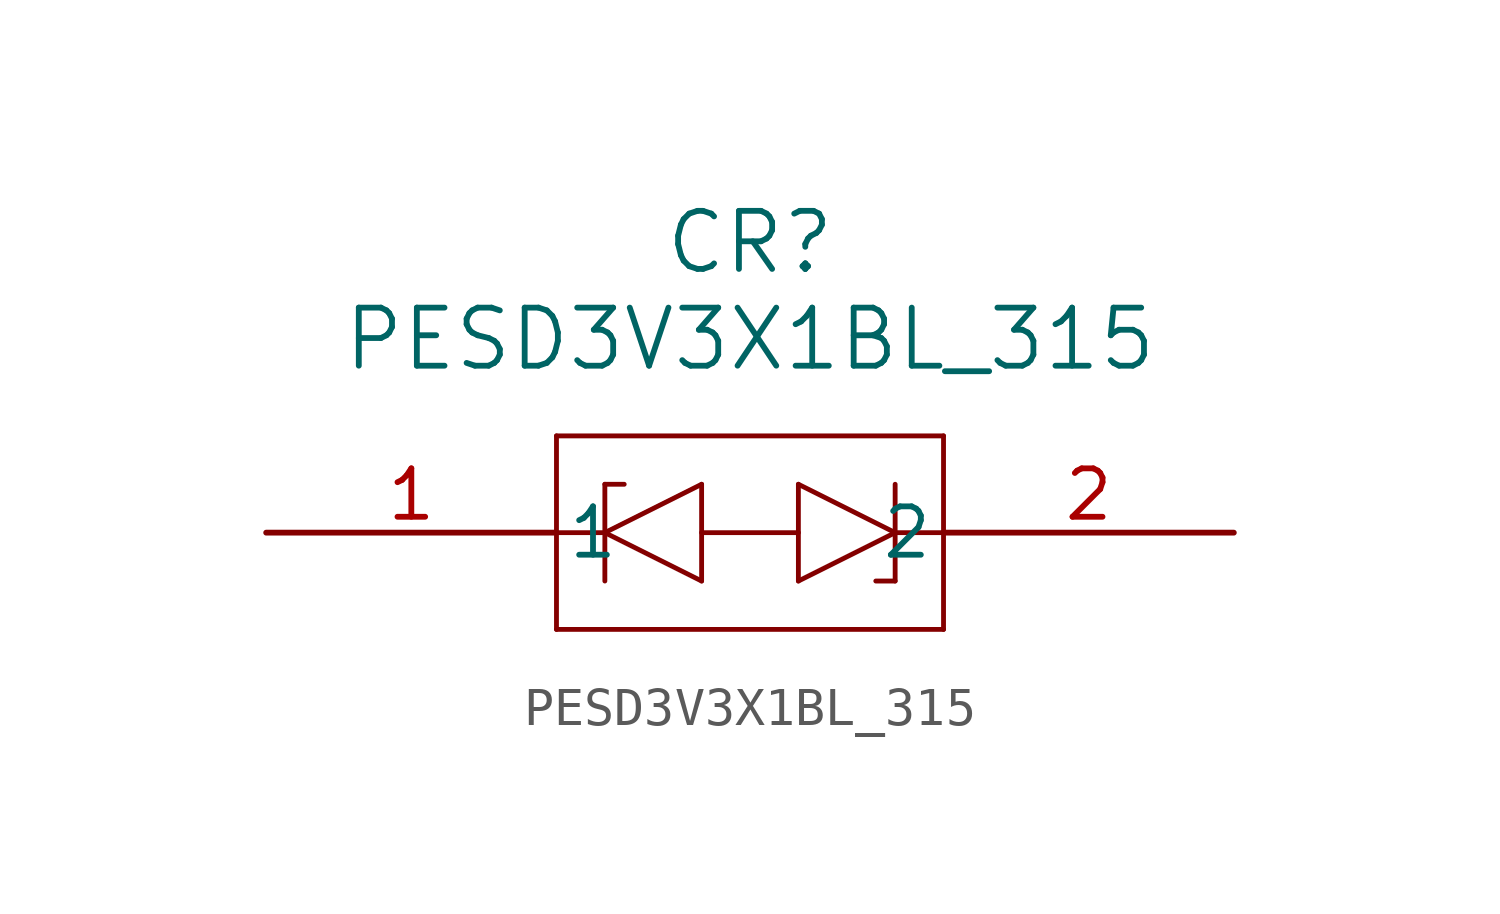
<source format=kicad_sym>
(kicad_symbol_lib
  (version 20211014)
  (generator kicad_symbol_editor)
  (symbol "PESD3V3X1BL_315"
    (pin_names
      (offset 0.254))
    (property "Reference" "CR"
      (at 12.7 7.62 0)
      (effects (font (size 1.524 1.524))))
    (property "Value" "PESD3V3X1BL_315"
      (at 12.7 5.08 0)
      (effects (font (size 1.524 1.524))))
    (symbol "PESD3V3X1BL_315_0_1"
      (polyline (pts (xy 7.62 2.54) (xy 7.62 -2.54)) (stroke (width 0.127) (type default) (color 0 0 0 0)) (fill (type none)))
      (polyline (pts (xy 7.62 -2.54) (xy 17.78 -2.54)) (stroke (width 0.127) (type default) (color 0 0 0 0)) (fill (type none)))
      (polyline (pts (xy 17.78 -2.54) (xy 17.78 2.54)) (stroke (width 0.127) (type default) (color 0 0 0 0)) (fill (type none)))
      (polyline (pts (xy 17.78 2.54) (xy 7.62 2.54)) (stroke (width 0.127) (type default) (color 0 0 0 0)) (fill (type none)))
      (polyline (pts (xy 16.51 -1.27) (xy 16.51 1.27)) (stroke (width 0.127) (type default) (color 0 0 0 0)) (fill (type none)))
      (polyline (pts (xy 16.51 0) (xy 13.97 1.27)) (stroke (width 0.127) (type default) (color 0 0 0 0)) (fill (type none)))
      (polyline (pts (xy 13.97 1.27) (xy 13.97 -1.27)) (stroke (width 0.127) (type default) (color 0 0 0 0)) (fill (type none)))
      (polyline (pts (xy 13.97 -1.27) (xy 16.51 0)) (stroke (width 0.127) (type default) (color 0 0 0 0)) (fill (type none)))
      (polyline (pts (xy 16.51 -1.27) (xy 16.002 -1.27)) (stroke (width 0.127) (type default) (color 0 0 0 0)) (fill (type none)))
      (polyline (pts (xy 8.89 1.27) (xy 8.89 -1.27)) (stroke (width 0.127) (type default) (color 0 0 0 0)) (fill (type none)))
      (polyline (pts (xy 8.89 0) (xy 11.43 -1.27)) (stroke (width 0.127) (type default) (color 0 0 0 0)) (fill (type none)))
      (polyline (pts (xy 11.43 -1.27) (xy 11.43 1.27)) (stroke (width 0.127) (type default) (color 0 0 0 0)) (fill (type none)))
      (polyline (pts (xy 11.43 1.27) (xy 8.89 0)) (stroke (width 0.127) (type default) (color 0 0 0 0)) (fill (type none)))
      (polyline (pts (xy 8.89 1.27) (xy 9.398 1.27)) (stroke (width 0.127) (type default) (color 0 0 0 0)) (fill (type none)))
      (polyline (pts (xy 7.62 0) (xy 8.89 0)) (stroke (width 0.127) (type default) (color 0 0 0 0)) (fill (type none)))
      (polyline (pts (xy 13.97 0) (xy 11.43 0)) (stroke (width 0.127) (type default) (color 0 0 0 0)) (fill (type none)))
      (polyline (pts (xy 16.51 0) (xy 17.78 0)) (stroke (width 0.127) (type default) (color 0 0 0 0)) (fill (type none)))
      (pin unspecified line (at 0 0 0) (length 7.62) (name "1" (effects (font (size 1.27 1.27)))) (number "1" (effects (font (size 1.27 1.27)))))
      (pin unspecified line (at 25.4 0 180) (length 7.62) (name "2" (effects (font (size 1.27 1.27)))) (number "2" (effects (font (size 1.27 1.27))))))))
</source>
